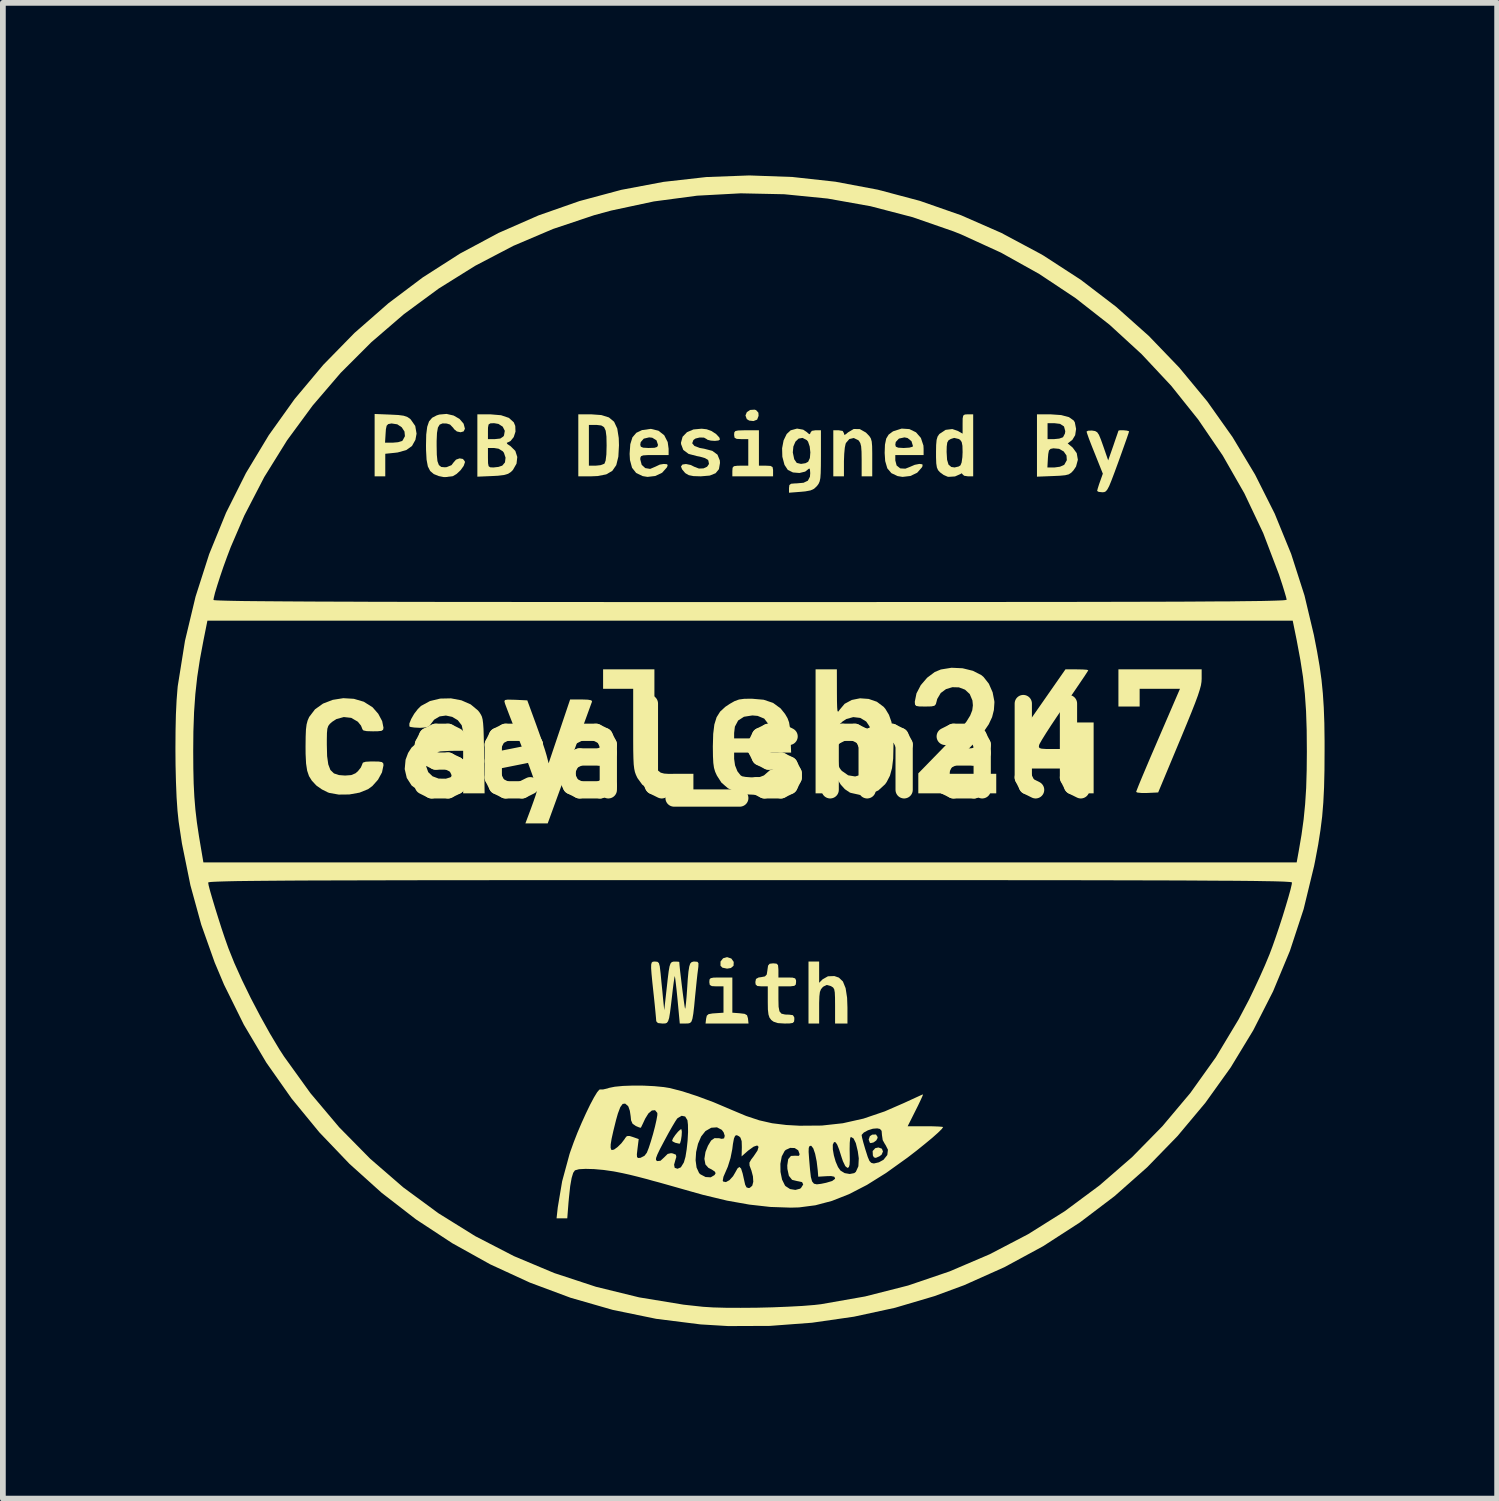
<source format=kicad_pcb>
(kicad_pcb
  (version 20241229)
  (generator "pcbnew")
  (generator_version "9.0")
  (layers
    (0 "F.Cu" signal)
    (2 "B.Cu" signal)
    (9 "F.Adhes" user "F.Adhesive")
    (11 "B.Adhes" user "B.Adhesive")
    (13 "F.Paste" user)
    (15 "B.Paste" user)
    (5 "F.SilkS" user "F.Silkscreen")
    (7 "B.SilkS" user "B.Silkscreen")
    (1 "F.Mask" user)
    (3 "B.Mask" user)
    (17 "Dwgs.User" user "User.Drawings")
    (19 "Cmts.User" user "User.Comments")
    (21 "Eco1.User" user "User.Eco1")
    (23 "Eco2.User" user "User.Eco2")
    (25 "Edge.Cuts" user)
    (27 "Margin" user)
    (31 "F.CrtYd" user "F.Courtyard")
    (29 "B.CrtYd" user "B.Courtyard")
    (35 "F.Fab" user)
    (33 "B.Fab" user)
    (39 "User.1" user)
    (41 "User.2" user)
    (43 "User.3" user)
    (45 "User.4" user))
  (footprint "seal_small"
    (layer "F.Cu")
    (at 9.99 10.003)
    (property "Reference" "seal_small" (at 0 0 0) (layer "F.SilkS") (effects (font (size 1.5 1.5) (thickness 0.3))))
    (attr board_only exclude_from_pos_files exclude_from_bom)
    (fp_poly (pts (xy -0.326 3.611) (xy -0.284 3.67) (xy -0.287 3.737) (xy -0.333 3.776) (xy -0.4 3.787) (xy -0.481 3.77) (xy -0.514 3.737) (xy -0.514 3.664) (xy -0.469 3.607) (xy -0.4 3.587)) (stroke (width 0) (type solid)) (fill yes) (layer "F.SilkS"))
    (fp_poly (pts (xy 2.216 6.712) (xy 2.217 6.731) (xy 2.194 6.774) (xy 2.145 6.809) (xy 2.096 6.82) (xy 2.082 6.813) (xy 2.062 6.757) (xy 2.083 6.699) (xy 2.123 6.673) (xy 2.189 6.67)) (stroke (width 0) (type solid)) (fill yes) (layer "F.SilkS"))
    (fp_poly (pts (xy 2.291 6.917) (xy 2.311 6.965) (xy 2.287 7.021) (xy 2.25 7.049) (xy 2.186 7.077) (xy 2.153 7.068) (xy 2.135 7.035) (xy 2.131 6.958) (xy 2.177 6.908) (xy 2.231 6.896)) (stroke (width 0) (type solid)) (fill yes) (layer "F.SilkS"))
    (fp_poly (pts (xy 0.105 -5.923) (xy 0.145 -5.878) (xy 0.148 -5.823) (xy 0.123 -5.758) (xy 0.06 -5.733) (xy 0.059 -5.733) (xy -0.015 -5.741) (xy -0.057 -5.767) (xy -0.08 -5.83) (xy -0.056 -5.888) (xy 0.002 -5.926) (xy 0.078 -5.931)) (stroke (width 0) (type solid)) (fill yes) (layer "F.SilkS"))
    (fp_poly (pts (xy -1.186 6.623) (xy -1.19 6.694) (xy -1.201 6.767) (xy -1.216 6.82) (xy -1.227 6.831) (xy -1.271 6.821) (xy -1.301 6.814) (xy -1.346 6.791) (xy -1.355 6.777) (xy -1.339 6.737) (xy -1.3 6.679) (xy -1.253 6.622) (xy -1.212 6.584) (xy -1.193 6.579)) (stroke (width 0) (type solid)) (fill yes) (layer "F.SilkS"))
    (fp_poly (pts (xy -0.308 4.247) (xy -0.308 4.553) (xy -0.177 4.563) (xy -0.094 4.573) (xy -0.053 4.597) (xy -0.038 4.646) (xy -0.036 4.657) (xy -0.027 4.741) (xy -0.4 4.741) (xy -0.774 4.741) (xy -0.764 4.657) (xy -0.752 4.605) (xy -0.721 4.578) (xy -0.653 4.566) (xy -0.608 4.563) (xy -0.462 4.553) (xy -0.462 4.324) (xy -0.462 4.095) (xy -0.585 4.095) (xy -0.664 4.091) (xy -0.7 4.071) (xy -0.708 4.025) (xy -0.708 4.018) (xy -0.705 3.976) (xy -0.685 3.953) (xy -0.635 3.943) (xy -0.541 3.941) (xy -0.508 3.941) (xy -0.308 3.941)) (stroke (width 0) (type solid)) (fill yes) (layer "F.SilkS"))
    (fp_poly (pts (xy 0.154 -5.265) (xy 0.154 -4.957) (xy 0.277 -4.957) (xy 0.356 -4.953) (xy 0.391 -4.933) (xy 0.4 -4.884) (xy 0.4 -4.864) (xy 0.4 -4.772) (xy 0.046 -4.772) (xy -0.308 -4.772) (xy -0.308 -4.864) (xy -0.304 -4.921) (xy -0.281 -4.948) (xy -0.222 -4.956) (xy -0.169 -4.957) (xy -0.031 -4.957) (xy -0.031 -5.188) (xy -0.031 -5.419) (xy -0.154 -5.419) (xy -0.233 -5.423) (xy -0.269 -5.443) (xy -0.277 -5.489) (xy -0.277 -5.496) (xy -0.274 -5.536) (xy -0.255 -5.559) (xy -0.208 -5.569) (xy -0.119 -5.572) (xy -0.062 -5.573) (xy 0.154 -5.573)) (stroke (width 0) (type solid)) (fill yes) (layer "F.SilkS"))
    (fp_poly (pts (xy 7.851 -1.252) (xy 7.848 -1.198) (xy 7.838 -1.136) (xy 7.817 -1.059) (xy 7.785 -0.96) (xy 7.738 -0.833) (xy 7.674 -0.67) (xy 7.59 -0.464) (xy 7.485 -0.21) (xy 7.473 -0.182) (xy 7.095 0.724) (xy 6.903 0.733) (xy 6.804 0.733) (xy 6.735 0.726) (xy 6.712 0.715) (xy 6.724 0.681) (xy 6.757 0.597) (xy 6.809 0.471) (xy 6.877 0.31) (xy 6.957 0.121) (xy 7.048 -0.09) (xy 7.093 -0.195) (xy 7.474 -1.078) (xy 7.124 -1.078) (xy 6.773 -1.078) (xy 6.773 -0.924) (xy 6.773 -0.77) (xy 6.589 -0.77) (xy 6.404 -0.77) (xy 6.404 -1.093) (xy 6.404 -1.416) (xy 7.127 -1.416) (xy 7.851 -1.416)) (stroke (width 0) (type solid)) (fill yes) (layer "F.SilkS"))
    (fp_poly (pts (xy -2.763 -5.85) (xy -2.585 -5.837) (xy -2.454 -5.796) (xy -2.364 -5.721) (xy -2.309 -5.603) (xy -2.283 -5.438) (xy -2.279 -5.311) (xy -2.29 -5.113) (xy -2.326 -4.967) (xy -2.395 -4.867) (xy -2.5 -4.806) (xy -2.649 -4.777) (xy -2.763 -4.772) (xy -2.986 -4.772) (xy -2.986 -5.311) (xy -2.802 -5.311) (xy -2.802 -4.957) (xy -2.685 -4.957) (xy -2.599 -4.966) (xy -2.537 -4.989) (xy -2.531 -4.994) (xy -2.511 -5.046) (xy -2.498 -5.153) (xy -2.494 -5.306) (xy -2.494 -5.311) (xy -2.497 -5.464) (xy -2.51 -5.565) (xy -2.538 -5.626) (xy -2.586 -5.656) (xy -2.661 -5.665) (xy -2.685 -5.665) (xy -2.802 -5.665) (xy -2.802 -5.311) (xy -2.986 -5.311) (xy -2.986 -5.85)) (stroke (width 0) (type solid)) (fill yes) (layer "F.SilkS"))
    (fp_poly (pts (xy 1.201 3.848) (xy 1.201 4.033) (xy 1.262 3.972) (xy 1.354 3.92) (xy 1.466 3.916) (xy 1.544 3.943) (xy 1.614 4.01) (xy 1.661 4.126) (xy 1.687 4.293) (xy 1.693 4.463) (xy 1.693 4.741) (xy 1.586 4.741) (xy 1.478 4.741) (xy 1.478 4.433) (xy 1.477 4.292) (xy 1.473 4.201) (xy 1.463 4.146) (xy 1.444 4.115) (xy 1.413 4.095) (xy 1.401 4.089) (xy 1.333 4.071) (xy 1.278 4.097) (xy 1.262 4.11) (xy 1.233 4.145) (xy 1.214 4.193) (xy 1.205 4.268) (xy 1.201 4.385) (xy 1.201 4.454) (xy 1.201 4.741) (xy 1.108 4.741) (xy 1.016 4.741) (xy 1.016 4.203) (xy 1.016 3.664) (xy 1.108 3.664) (xy 1.201 3.664)) (stroke (width 0) (type solid)) (fill yes) (layer "F.SilkS"))
    (fp_poly (pts (xy -6.252 -5.845) (xy -6.115 -5.838) (xy -6.024 -5.826) (xy -5.962 -5.806) (xy -5.915 -5.775) (xy -5.9 -5.761) (xy -5.821 -5.648) (xy -5.798 -5.514) (xy -5.818 -5.406) (xy -5.878 -5.299) (xy -5.978 -5.228) (xy -6.126 -5.187) (xy -6.176 -5.181) (xy -6.342 -5.164) (xy -6.342 -4.968) (xy -6.342 -4.772) (xy -6.435 -4.772) (xy -6.527 -4.772) (xy -6.527 -5.314) (xy -6.527 -5.357) (xy -6.346 -5.357) (xy -6.212 -5.357) (xy -6.12 -5.365) (xy -6.053 -5.385) (xy -6.041 -5.394) (xy -6 -5.47) (xy -6.008 -5.551) (xy -6.056 -5.625) (xy -6.133 -5.676) (xy -6.231 -5.691) (xy -6.24 -5.69) (xy -6.291 -5.68) (xy -6.318 -5.652) (xy -6.331 -5.591) (xy -6.336 -5.519) (xy -6.346 -5.357) (xy -6.527 -5.357) (xy -6.527 -5.856)) (stroke (width 0) (type solid)) (fill yes) (layer "F.SilkS"))
    (fp_poly (pts (xy -1.663 -0.576) (xy -1.663 -0.305) (xy -1.662 -0.09) (xy -1.657 0.077) (xy -1.647 0.201) (xy -1.627 0.289) (xy -1.597 0.346) (xy -1.553 0.38) (xy -1.493 0.396) (xy -1.415 0.401) (xy -1.315 0.4) (xy -1.276 0.4) (xy -0.985 0.4) (xy -0.985 0.57) (xy -0.985 0.739) (xy -1.302 0.739) (xy -1.457 0.737) (xy -1.568 0.729) (xy -1.653 0.712) (xy -1.727 0.684) (xy -1.756 0.67) (xy -1.874 0.589) (xy -1.956 0.476) (xy -1.963 0.463) (xy -1.985 0.416) (xy -2.002 0.368) (xy -2.014 0.311) (xy -2.023 0.236) (xy -2.028 0.133) (xy -2.031 -0.006) (xy -2.032 -0.19) (xy -2.032 -0.376) (xy -2.032 -1.078) (xy -2.294 -1.078) (xy -2.555 -1.078) (xy -2.555 -1.247) (xy -2.555 -1.416) (xy -2.109 -1.416) (xy -1.663 -1.416)) (stroke (width 0) (type solid)) (fill yes) (layer "F.SilkS"))
    (fp_poly (pts (xy 1.908 -5.593) (xy 2.014 -5.533) (xy 2.034 -5.513) (xy 2.074 -5.471) (xy 2.1 -5.43) (xy 2.115 -5.377) (xy 2.122 -5.297) (xy 2.124 -5.177) (xy 2.124 -5.098) (xy 2.124 -4.772) (xy 2.032 -4.772) (xy 1.94 -4.772) (xy 1.94 -5.06) (xy 1.938 -5.2) (xy 1.931 -5.293) (xy 1.916 -5.351) (xy 1.892 -5.39) (xy 1.88 -5.401) (xy 1.803 -5.438) (xy 1.726 -5.42) (xy 1.668 -5.353) (xy 1.661 -5.337) (xy 1.647 -5.27) (xy 1.637 -5.163) (xy 1.632 -5.037) (xy 1.632 -5.016) (xy 1.632 -4.772) (xy 1.539 -4.772) (xy 1.447 -4.772) (xy 1.447 -5.172) (xy 1.447 -5.573) (xy 1.539 -5.573) (xy 1.61 -5.561) (xy 1.632 -5.522) (xy 1.632 -5.521) (xy 1.638 -5.492) (xy 1.666 -5.504) (xy 1.703 -5.536) (xy 1.802 -5.595)) (stroke (width 0) (type solid)) (fill yes) (layer "F.SilkS"))
    (fp_poly (pts (xy 5.783 -1.414) (xy 5.855 -1.409) (xy 5.88 -1.401) (xy 5.864 -1.373) (xy 5.817 -1.301) (xy 5.744 -1.193) (xy 5.651 -1.056) (xy 5.541 -0.896) (xy 5.46 -0.778) (xy 5.341 -0.604) (xy 5.234 -0.444) (xy 5.144 -0.305) (xy 5.076 -0.195) (xy 5.035 -0.123) (xy 5.025 -0.1) (xy 5.021 -0.068) (xy 5.032 -0.048) (xy 5.069 -0.037) (xy 5.143 -0.032) (xy 5.264 -0.031) (xy 5.307 -0.031) (xy 5.603 -0.031) (xy 5.603 -0.262) (xy 5.603 -0.493) (xy 5.788 -0.493) (xy 5.973 -0.493) (xy 5.973 0.123) (xy 5.973 0.739) (xy 5.788 0.739) (xy 5.603 0.739) (xy 5.603 0.523) (xy 5.603 0.308) (xy 5.126 0.308) (xy 4.649 0.308) (xy 4.649 0.044) (xy 4.649 -0.22) (xy 5.066 -0.818) (xy 5.483 -1.416) (xy 5.682 -1.416)) (stroke (width 0) (type solid)) (fill yes) (layer "F.SilkS"))
    (fp_poly (pts (xy 6.488 -5.573) (xy 6.55 -5.567) (xy 6.587 -5.556) (xy 6.589 -5.553) (xy 6.579 -5.519) (xy 6.551 -5.437) (xy 6.508 -5.316) (xy 6.455 -5.167) (xy 6.4 -5.014) (xy 6.332 -4.829) (xy 6.281 -4.695) (xy 6.243 -4.602) (xy 6.212 -4.544) (xy 6.186 -4.512) (xy 6.159 -4.498) (xy 6.128 -4.495) (xy 6.123 -4.495) (xy 6.059 -4.502) (xy 6.034 -4.518) (xy 6.044 -4.559) (xy 6.068 -4.635) (xy 6.084 -4.68) (xy 6.133 -4.818) (xy 5.992 -5.171) (xy 5.937 -5.308) (xy 5.892 -5.425) (xy 5.862 -5.51) (xy 5.85 -5.549) (xy 5.85 -5.55) (xy 5.876 -5.565) (xy 5.941 -5.568) (xy 5.95 -5.567) (xy 5.999 -5.559) (xy 6.035 -5.538) (xy 6.065 -5.494) (xy 6.099 -5.412) (xy 6.138 -5.303) (xy 6.226 -5.049) (xy 6.315 -5.303) (xy 6.354 -5.418) (xy 6.385 -5.507) (xy 6.402 -5.558) (xy 6.403 -5.565) (xy 6.43 -5.573)) (stroke (width 0) (type solid)) (fill yes) (layer "F.SilkS"))
    (fp_poly (pts (xy -2.819 -0.889) (xy -2.76 -0.878) (xy -2.747 -0.857) (xy -2.748 -0.854) (xy -2.762 -0.817) (xy -2.794 -0.729) (xy -2.842 -0.597) (xy -2.904 -0.427) (xy -2.977 -0.227) (xy -3.059 -0.002) (xy -3.14 0.223) (xy -3.518 1.262) (xy -3.712 1.262) (xy -3.906 1.262) (xy -3.811 1.008) (xy -3.767 0.886) (xy -3.73 0.78) (xy -3.708 0.707) (xy -3.704 0.693) (xy -3.711 0.648) (xy -3.739 0.554) (xy -3.784 0.422) (xy -3.843 0.257) (xy -3.913 0.071) (xy -3.967 -0.065) (xy -4.044 -0.263) (xy -4.116 -0.444) (xy -4.177 -0.6) (xy -4.224 -0.723) (xy -4.254 -0.803) (xy -4.263 -0.829) (xy -4.271 -0.864) (xy -4.259 -0.883) (xy -4.213 -0.89) (xy -4.122 -0.888) (xy -4.079 -0.887) (xy -3.873 -0.877) (xy -3.721 -0.462) (xy -3.663 -0.3) (xy -3.61 -0.148) (xy -3.567 -0.019) (xy -3.54 0.071) (xy -3.536 0.085) (xy -3.502 0.217) (xy -3.315 -0.338) (xy -3.128 -0.893) (xy -2.931 -0.893)) (stroke (width 0) (type solid)) (fill yes) (layer "F.SilkS"))
    (fp_poly (pts (xy 2.77 -5.593) (xy 2.885 -5.537) (xy 2.97 -5.439) (xy 3.014 -5.307) (xy 3.017 -5.251) (xy 3.017 -5.142) (xy 2.771 -5.142) (xy 2.525 -5.142) (xy 2.525 -5.049) (xy 2.548 -4.96) (xy 2.611 -4.91) (xy 2.7 -4.905) (xy 2.777 -4.935) (xy 2.863 -4.972) (xy 2.944 -4.988) (xy 2.944 -4.988) (xy 2.996 -4.981) (xy 2.999 -4.951) (xy 2.986 -4.926) (xy 2.905 -4.834) (xy 2.787 -4.778) (xy 2.651 -4.762) (xy 2.565 -4.776) (xy 2.457 -4.827) (xy 2.386 -4.911) (xy 2.349 -5.038) (xy 2.34 -5.179) (xy 2.345 -5.32) (xy 2.525 -5.32) (xy 2.535 -5.287) (xy 2.576 -5.27) (xy 2.661 -5.265) (xy 2.679 -5.265) (xy 2.77 -5.271) (xy 2.824 -5.286) (xy 2.832 -5.298) (xy 2.806 -5.383) (xy 2.738 -5.438) (xy 2.684 -5.449) (xy 2.588 -5.428) (xy 2.533 -5.369) (xy 2.525 -5.32) (xy 2.345 -5.32) (xy 2.346 -5.327) (xy 2.367 -5.428) (xy 2.409 -5.497) (xy 2.478 -5.549) (xy 2.493 -5.557) (xy 2.636 -5.602)) (stroke (width 0) (type solid)) (fill yes) (layer "F.SilkS"))
    (fp_poly (pts (xy -1.593 -5.565) (xy -1.493 -5.487) (xy -1.432 -5.368) (xy -1.416 -5.251) (xy -1.416 -5.142) (xy -1.663 -5.142) (xy -1.785 -5.141) (xy -1.858 -5.136) (xy -1.895 -5.122) (xy -1.907 -5.097) (xy -1.909 -5.067) (xy -1.884 -4.972) (xy -1.822 -4.915) (xy -1.737 -4.901) (xy -1.645 -4.94) (xy -1.569 -4.976) (xy -1.5 -4.987) (xy -1.441 -4.982) (xy -1.433 -4.958) (xy -1.447 -4.926) (xy -1.529 -4.834) (xy -1.647 -4.778) (xy -1.783 -4.762) (xy -1.868 -4.776) (xy -1.98 -4.83) (xy -2.052 -4.921) (xy -2.088 -5.055) (xy -2.094 -5.163) (xy -2.083 -5.32) (xy -1.909 -5.32) (xy -1.899 -5.287) (xy -1.858 -5.27) (xy -1.773 -5.265) (xy -1.755 -5.265) (xy -1.662 -5.268) (xy -1.615 -5.283) (xy -1.601 -5.314) (xy -1.601 -5.32) (xy -1.627 -5.398) (xy -1.7 -5.443) (xy -1.755 -5.449) (xy -1.848 -5.427) (xy -1.901 -5.367) (xy -1.909 -5.32) (xy -2.083 -5.32) (xy -2.082 -5.331) (xy -2.045 -5.45) (xy -1.977 -5.529) (xy -1.878 -5.576) (xy -1.724 -5.597)) (stroke (width 0) (type solid)) (fill yes) (layer "F.SilkS"))
    (fp_poly (pts (xy 0.46 3.7) (xy 0.486 3.726) (xy 0.492 3.793) (xy 0.493 3.818) (xy 0.493 3.941) (xy 0.647 3.941) (xy 0.738 3.943) (xy 0.783 3.956) (xy 0.799 3.987) (xy 0.8 4.018) (xy 0.795 4.063) (xy 0.77 4.086) (xy 0.708 4.094) (xy 0.647 4.095) (xy 0.493 4.095) (xy 0.493 4.322) (xy 0.496 4.45) (xy 0.511 4.529) (xy 0.546 4.57) (xy 0.61 4.585) (xy 0.68 4.587) (xy 0.745 4.596) (xy 0.768 4.633) (xy 0.77 4.664) (xy 0.765 4.708) (xy 0.742 4.731) (xy 0.685 4.74) (xy 0.6 4.741) (xy 0.484 4.734) (xy 0.408 4.709) (xy 0.369 4.68) (xy 0.338 4.639) (xy 0.32 4.584) (xy 0.31 4.499) (xy 0.308 4.368) (xy 0.308 4.356) (xy 0.308 4.095) (xy 0.2 4.095) (xy 0.127 4.089) (xy 0.097 4.063) (xy 0.092 4.02) (xy 0.103 3.966) (xy 0.148 3.941) (xy 0.192 3.935) (xy 0.259 3.922) (xy 0.29 3.889) (xy 0.302 3.814) (xy 0.302 3.81) (xy 0.313 3.734) (xy 0.34 3.702) (xy 0.399 3.695) (xy 0.402 3.695)) (stroke (width 0) (type solid)) (fill yes) (layer "F.SilkS"))
    (fp_poly (pts (xy -5.154 -5.829) (xy -5.051 -5.77) (xy -4.98 -5.687) (xy -4.957 -5.599) (xy -4.98 -5.553) (xy -5.033 -5.538) (xy -5.097 -5.552) (xy -5.148 -5.594) (xy -5.157 -5.611) (xy -5.216 -5.672) (xy -5.274 -5.69) (xy -5.346 -5.692) (xy -5.396 -5.671) (xy -5.427 -5.619) (xy -5.443 -5.526) (xy -5.449 -5.385) (xy -5.449 -5.311) (xy -5.446 -5.147) (xy -5.435 -5.036) (xy -5.41 -4.968) (xy -5.369 -4.935) (xy -5.307 -4.929) (xy -5.274 -4.932) (xy -5.191 -4.966) (xy -5.157 -5.011) (xy -5.112 -5.062) (xy -5.05 -5.084) (xy -4.992 -5.074) (xy -4.959 -5.032) (xy -4.957 -5.016) (xy -4.979 -4.953) (xy -5.033 -4.878) (xy -5.102 -4.813) (xy -5.166 -4.775) (xy -5.183 -4.772) (xy -5.253 -4.764) (xy -5.27 -4.76) (xy -5.326 -4.759) (xy -5.406 -4.775) (xy -5.409 -4.775) (xy -5.498 -4.811) (xy -5.561 -4.864) (xy -5.602 -4.944) (xy -5.624 -5.062) (xy -5.633 -5.227) (xy -5.634 -5.311) (xy -5.63 -5.498) (xy -5.613 -5.633) (xy -5.581 -5.727) (xy -5.527 -5.79) (xy -5.449 -5.831) (xy -5.402 -5.846) (xy -5.276 -5.857)) (stroke (width 0) (type solid)) (fill yes) (layer "F.SilkS"))
    (fp_poly (pts (xy -0.754 -5.59) (xy -0.669 -5.559) (xy -0.589 -5.506) (xy -0.535 -5.448) (xy -0.523 -5.413) (xy -0.549 -5.395) (xy -0.611 -5.388) (xy -0.682 -5.393) (xy -0.739 -5.407) (xy -0.754 -5.419) (xy -0.801 -5.445) (xy -0.876 -5.447) (xy -0.949 -5.429) (xy -0.985 -5.403) (xy -1.006 -5.347) (xy -0.967 -5.3) (xy -0.874 -5.265) (xy -0.799 -5.252) (xy -0.657 -5.215) (xy -0.567 -5.149) (xy -0.526 -5.049) (xy -0.523 -5.004) (xy -0.541 -4.897) (xy -0.599 -4.826) (xy -0.701 -4.785) (xy -0.855 -4.772) (xy -0.862 -4.772) (xy -0.985 -4.776) (xy -1.065 -4.792) (xy -1.121 -4.824) (xy -1.133 -4.835) (xy -1.182 -4.894) (xy -1.201 -4.943) (xy -1.176 -4.977) (xy -1.114 -4.986) (xy -1.035 -4.97) (xy -0.969 -4.938) (xy -0.889 -4.907) (xy -0.81 -4.91) (xy -0.747 -4.939) (xy -0.714 -4.987) (xy -0.725 -5.046) (xy -0.736 -5.061) (xy -0.785 -5.089) (xy -0.872 -5.114) (xy -0.925 -5.124) (xy -1.069 -5.162) (xy -1.161 -5.231) (xy -1.199 -5.331) (xy -1.201 -5.357) (xy -1.173 -5.46) (xy -1.097 -5.539) (xy -0.984 -5.587) (xy -0.842 -5.6)) (stroke (width 0) (type solid)) (fill yes) (layer "F.SilkS"))
    (fp_poly (pts (xy 3.879 -5.311) (xy 3.879 -4.772) (xy 3.787 -4.772) (xy 3.722 -4.782) (xy 3.695 -4.806) (xy 3.695 -4.807) (xy 3.679 -4.825) (xy 3.656 -4.811) (xy 3.563 -4.77) (xy 3.453 -4.763) (xy 3.433 -4.766) (xy 3.365 -4.796) (xy 3.302 -4.842) (xy 3.268 -4.88) (xy 3.248 -4.926) (xy 3.237 -4.997) (xy 3.233 -5.106) (xy 3.233 -5.178) (xy 3.233 -5.195) (xy 3.417 -5.195) (xy 3.425 -5.06) (xy 3.45 -4.976) (xy 3.498 -4.935) (xy 3.556 -4.926) (xy 3.627 -4.943) (xy 3.658 -4.963) (xy 3.678 -5.013) (xy 3.691 -5.105) (xy 3.695 -5.193) (xy 3.692 -5.303) (xy 3.679 -5.368) (xy 3.653 -5.405) (xy 3.629 -5.421) (xy 3.549 -5.44) (xy 3.491 -5.422) (xy 3.45 -5.398) (xy 3.428 -5.359) (xy 3.419 -5.29) (xy 3.417 -5.195) (xy 3.233 -5.195) (xy 3.235 -5.315) (xy 3.243 -5.405) (xy 3.26 -5.463) (xy 3.288 -5.504) (xy 3.294 -5.51) (xy 3.4 -5.58) (xy 3.516 -5.594) (xy 3.608 -5.563) (xy 3.695 -5.514) (xy 3.695 -5.682) (xy 3.696 -5.778) (xy 3.706 -5.828) (xy 3.734 -5.847) (xy 3.787 -5.85) (xy 3.879 -5.85)) (stroke (width 0) (type solid)) (fill yes) (layer "F.SilkS"))
    (fp_poly (pts (xy 5.408 -5.837) (xy 5.544 -5.801) (xy 5.627 -5.742) (xy 5.646 -5.71) (xy 5.668 -5.596) (xy 5.652 -5.487) (xy 5.603 -5.406) (xy 5.593 -5.398) (xy 5.522 -5.344) (xy 5.609 -5.271) (xy 5.679 -5.175) (xy 5.699 -5.06) (xy 5.667 -4.942) (xy 5.621 -4.874) (xy 5.582 -4.833) (xy 5.539 -4.806) (xy 5.478 -4.791) (xy 5.383 -4.782) (xy 5.267 -4.777) (xy 4.988 -4.766) (xy 4.988 -4.926) (xy 5.169 -4.926) (xy 5.292 -4.926) (xy 5.388 -4.939) (xy 5.458 -4.97) (xy 5.463 -4.974) (xy 5.507 -5.053) (xy 5.501 -5.134) (xy 5.453 -5.204) (xy 5.373 -5.25) (xy 5.274 -5.259) (xy 5.224 -5.249) (xy 5.196 -5.221) (xy 5.184 -5.16) (xy 5.178 -5.088) (xy 5.169 -4.926) (xy 4.988 -4.926) (xy 4.988 -5.308) (xy 4.988 -5.557) (xy 5.172 -5.557) (xy 5.172 -5.419) (xy 5.289 -5.419) (xy 5.376 -5.428) (xy 5.437 -5.45) (xy 5.443 -5.456) (xy 5.474 -5.516) (xy 5.48 -5.557) (xy 5.458 -5.639) (xy 5.389 -5.684) (xy 5.289 -5.696) (xy 5.172 -5.696) (xy 5.172 -5.557) (xy 4.988 -5.557) (xy 4.988 -5.85) (xy 5.22 -5.85)) (stroke (width 0) (type solid)) (fill yes) (layer "F.SilkS"))
    (fp_poly (pts (xy 3.695 -1.435) (xy 3.874 -1.391) (xy 4.021 -1.316) (xy 4.059 -1.284) (xy 4.151 -1.167) (xy 4.217 -1.017) (xy 4.247 -0.862) (xy 4.248 -0.84) (xy 4.239 -0.709) (xy 4.208 -0.586) (xy 4.149 -0.46) (xy 4.057 -0.325) (xy 3.928 -0.169) (xy 3.754 0.014) (xy 3.746 0.023) (xy 3.376 0.4) (xy 3.828 0.4) (xy 4.28 0.4) (xy 4.28 0.57) (xy 4.28 0.739) (xy 3.602 0.739) (xy 2.925 0.739) (xy 2.925 0.565) (xy 2.925 0.392) (xy 3.352 -0.046) (xy 3.529 -0.232) (xy 3.664 -0.384) (xy 3.762 -0.508) (xy 3.827 -0.613) (xy 3.863 -0.705) (xy 3.874 -0.791) (xy 3.866 -0.875) (xy 3.819 -0.987) (xy 3.737 -1.063) (xy 3.631 -1.103) (xy 3.517 -1.106) (xy 3.407 -1.073) (xy 3.315 -1.005) (xy 3.254 -0.902) (xy 3.244 -0.863) (xy 3.23 -0.811) (xy 3.205 -0.783) (xy 3.153 -0.772) (xy 3.056 -0.77) (xy 3.044 -0.77) (xy 2.943 -0.771) (xy 2.889 -0.78) (xy 2.868 -0.803) (xy 2.864 -0.848) (xy 2.864 -0.854) (xy 2.893 -0.998) (xy 2.968 -1.142) (xy 3.079 -1.271) (xy 3.211 -1.37) (xy 3.317 -1.414) (xy 3.503 -1.444)) (stroke (width 0) (type solid)) (fill yes) (layer "F.SilkS"))
    (fp_poly (pts (xy -4.518 -5.85) (xy -4.329 -5.834) (xy -4.193 -5.788) (xy -4.108 -5.711) (xy -4.082 -5.648) (xy -4.078 -5.549) (xy -4.109 -5.454) (xy -4.164 -5.386) (xy -4.194 -5.37) (xy -4.23 -5.354) (xy -4.221 -5.334) (xy -4.164 -5.296) (xy -4.164 -5.296) (xy -4.081 -5.214) (xy -4.047 -5.108) (xy -4.06 -4.993) (xy -4.122 -4.884) (xy -4.156 -4.849) (xy -4.206 -4.816) (xy -4.277 -4.795) (xy -4.384 -4.782) (xy -4.483 -4.777) (xy -4.741 -4.766) (xy -4.741 -5.095) (xy -4.557 -5.095) (xy -4.555 -4.999) (xy -4.545 -4.948) (xy -4.518 -4.929) (xy -4.465 -4.926) (xy -4.462 -4.926) (xy -4.373 -4.936) (xy -4.308 -4.958) (xy -4.261 -5.014) (xy -4.251 -5.096) (xy -4.279 -5.181) (xy -4.3 -5.208) (xy -4.372 -5.252) (xy -4.454 -5.265) (xy -4.557 -5.265) (xy -4.557 -5.095) (xy -4.741 -5.095) (xy -4.741 -5.308) (xy -4.741 -5.557) (xy -4.557 -5.557) (xy -4.557 -5.419) (xy -4.435 -5.419) (xy -4.342 -5.429) (xy -4.29 -5.464) (xy -4.278 -5.482) (xy -4.264 -5.563) (xy -4.3 -5.635) (xy -4.374 -5.683) (xy -4.45 -5.696) (xy -4.515 -5.693) (xy -4.546 -5.673) (xy -4.556 -5.619) (xy -4.557 -5.557) (xy -4.741 -5.557) (xy -4.741 -5.85)) (stroke (width 0) (type solid)) (fill yes) (layer "F.SilkS"))
    (fp_poly (pts (xy 0.924 -5.583) (xy 0.985 -5.542) (xy 1.029 -5.504) (xy 1.046 -5.513) (xy 1.047 -5.526) (xy 1.074 -5.563) (xy 1.139 -5.573) (xy 1.232 -5.573) (xy 1.232 -5.128) (xy 1.231 -4.953) (xy 1.228 -4.827) (xy 1.222 -4.742) (xy 1.21 -4.684) (xy 1.192 -4.643) (xy 1.166 -4.607) (xy 1.161 -4.601) (xy 1.112 -4.555) (xy 1.051 -4.527) (xy 0.959 -4.51) (xy 0.884 -4.503) (xy 0.677 -4.487) (xy 0.677 -4.568) (xy 0.683 -4.62) (xy 0.713 -4.643) (xy 0.783 -4.649) (xy 0.803 -4.649) (xy 0.929 -4.66) (xy 1.005 -4.696) (xy 1.041 -4.765) (xy 1.046 -4.827) (xy 1.041 -4.891) (xy 1.028 -4.91) (xy 1.023 -4.905) (xy 0.958 -4.854) (xy 0.859 -4.83) (xy 0.749 -4.839) (xy 0.744 -4.84) (xy 0.656 -4.884) (xy 0.6 -4.969) (xy 0.598 -4.973) (xy 0.561 -5.113) (xy 0.559 -5.187) (xy 0.743 -5.187) (xy 0.767 -5.073) (xy 0.769 -5.067) (xy 0.812 -5.005) (xy 0.886 -4.988) (xy 0.963 -5) (xy 1.01 -5.025) (xy 1.04 -5.09) (xy 1.048 -5.187) (xy 1.037 -5.29) (xy 1.008 -5.375) (xy 0.987 -5.401) (xy 0.913 -5.44) (xy 0.844 -5.428) (xy 0.789 -5.375) (xy 0.753 -5.291) (xy 0.743 -5.187) (xy 0.559 -5.187) (xy 0.557 -5.26) (xy 0.583 -5.397) (xy 0.637 -5.508) (xy 0.706 -5.572) (xy 0.817 -5.602)) (stroke (width 0) (type solid)) (fill yes) (layer "F.SilkS"))
    (fp_poly (pts (xy 0.236 -0.888) (xy 0.4 -0.833) (xy 0.531 -0.737) (xy 0.608 -0.641) (xy 0.651 -0.568) (xy 0.678 -0.495) (xy 0.693 -0.403) (xy 0.702 -0.272) (xy 0.703 -0.241) (xy 0.714 0.031) (xy 0.219 0.031) (xy -0.277 0.031) (xy -0.277 0.14) (xy -0.261 0.253) (xy -0.22 0.356) (xy -0.164 0.427) (xy -0.137 0.443) (xy -0.078 0.454) (xy 0.015 0.461) (xy 0.066 0.462) (xy 0.171 0.455) (xy 0.241 0.428) (xy 0.29 0.385) (xy 0.344 0.338) (xy 0.409 0.315) (xy 0.508 0.308) (xy 0.533 0.308) (xy 0.705 0.308) (xy 0.673 0.399) (xy 0.615 0.498) (xy 0.518 0.599) (xy 0.402 0.684) (xy 0.287 0.737) (xy 0.287 0.737) (xy 0.1 0.765) (xy -0.094 0.756) (xy -0.229 0.724) (xy -0.385 0.651) (xy -0.498 0.553) (xy -0.577 0.43) (xy -0.607 0.364) (xy -0.627 0.296) (xy -0.639 0.211) (xy -0.645 0.095) (xy -0.647 -0.067) (xy -0.647 -0.079) (xy -0.641 -0.292) (xy -0.639 -0.31) (xy -0.277 -0.31) (xy -0.277 -0.216) (xy 0.031 -0.216) (xy 0.339 -0.216) (xy 0.339 -0.34) (xy 0.315 -0.47) (xy 0.246 -0.56) (xy 0.132 -0.607) (xy 0.04 -0.615) (xy -0.106 -0.592) (xy -0.207 -0.527) (xy -0.264 -0.42) (xy -0.277 -0.31) (xy -0.639 -0.31) (xy -0.621 -0.457) (xy -0.582 -0.583) (xy -0.52 -0.682) (xy -0.43 -0.765) (xy -0.355 -0.815) (xy -0.269 -0.864) (xy -0.192 -0.892) (xy -0.101 -0.904) (xy 0.028 -0.906)) (stroke (width 0) (type solid)) (fill yes) (layer "F.SilkS"))
    (fp_poly (pts (xy 1.51 -1.024) (xy 1.511 -0.864) (xy 1.514 -0.758) (xy 1.519 -0.699) (xy 1.528 -0.679) (xy 1.542 -0.691) (xy 1.555 -0.711) (xy 1.644 -0.817) (xy 1.768 -0.884) (xy 1.912 -0.913) (xy 2.062 -0.902) (xy 2.204 -0.853) (xy 2.323 -0.764) (xy 2.353 -0.728) (xy 2.415 -0.625) (xy 2.458 -0.503) (xy 2.483 -0.348) (xy 2.493 -0.149) (xy 2.493 -0.077) (xy 2.488 0.136) (xy 2.468 0.301) (xy 2.432 0.432) (xy 2.376 0.541) (xy 2.348 0.581) (xy 2.23 0.689) (xy 2.081 0.753) (xy 1.916 0.768) (xy 1.75 0.731) (xy 1.732 0.724) (xy 1.648 0.667) (xy 1.576 0.587) (xy 1.571 0.579) (xy 1.509 0.477) (xy 1.509 0.608) (xy 1.509 0.739) (xy 1.324 0.739) (xy 1.139 0.739) (xy 1.139 -0.082) (xy 1.524 -0.082) (xy 1.525 0.072) (xy 1.529 0.178) (xy 1.538 0.248) (xy 1.555 0.296) (xy 1.582 0.334) (xy 1.597 0.35) (xy 1.706 0.426) (xy 1.827 0.446) (xy 1.95 0.41) (xy 2.029 0.352) (xy 2.068 0.306) (xy 2.093 0.249) (xy 2.108 0.162) (xy 2.118 0.035) (xy 2.123 -0.164) (xy 2.11 -0.313) (xy 2.077 -0.423) (xy 2.023 -0.504) (xy 2.016 -0.511) (xy 1.915 -0.572) (xy 1.794 -0.586) (xy 1.674 -0.553) (xy 1.61 -0.511) (xy 1.573 -0.477) (xy 1.549 -0.442) (xy 1.534 -0.394) (xy 1.527 -0.321) (xy 1.524 -0.208) (xy 1.524 -0.082) (xy 1.139 -0.082) (xy 1.139 -0.339) (xy 1.139 -1.416) (xy 1.324 -1.416) (xy 1.509 -1.416)) (stroke (width 0) (type solid)) (fill yes) (layer "F.SilkS"))
    (fp_poly (pts (xy -6.888 -0.904) (xy -6.715 -0.853) (xy -6.566 -0.759) (xy -6.565 -0.759) (xy -6.464 -0.644) (xy -6.396 -0.516) (xy -6.373 -0.401) (xy -6.38 -0.366) (xy -6.408 -0.347) (xy -6.474 -0.34) (xy -6.558 -0.339) (xy -6.664 -0.342) (xy -6.722 -0.354) (xy -6.742 -0.378) (xy -6.743 -0.386) (xy -6.764 -0.438) (xy -6.815 -0.501) (xy -6.824 -0.509) (xy -6.934 -0.573) (xy -7.063 -0.587) (xy -7.191 -0.552) (xy -7.264 -0.505) (xy -7.306 -0.468) (xy -7.333 -0.432) (xy -7.349 -0.384) (xy -7.356 -0.31) (xy -7.358 -0.196) (xy -7.358 -0.103) (xy -7.353 0.093) (xy -7.333 0.236) (xy -7.296 0.333) (xy -7.234 0.393) (xy -7.146 0.422) (xy -7.041 0.43) (xy -6.934 0.422) (xy -6.86 0.391) (xy -6.818 0.355) (xy -6.767 0.291) (xy -6.743 0.236) (xy -6.743 0.232) (xy -6.73 0.205) (xy -6.682 0.19) (xy -6.589 0.185) (xy -6.558 0.185) (xy -6.455 0.187) (xy -6.4 0.196) (xy -6.377 0.218) (xy -6.373 0.252) (xy -6.399 0.375) (xy -6.468 0.502) (xy -6.567 0.613) (xy -6.641 0.667) (xy -6.789 0.727) (xy -6.967 0.759) (xy -7.151 0.761) (xy -7.315 0.732) (xy -7.342 0.722) (xy -7.444 0.671) (xy -7.537 0.606) (xy -7.548 0.595) (xy -7.618 0.52) (xy -7.668 0.44) (xy -7.7 0.345) (xy -7.719 0.221) (xy -7.727 0.056) (xy -7.728 -0.075) (xy -7.726 -0.246) (xy -7.721 -0.369) (xy -7.71 -0.458) (xy -7.692 -0.526) (xy -7.665 -0.588) (xy -7.564 -0.721) (xy -7.424 -0.821) (xy -7.255 -0.886) (xy -7.072 -0.915)) (stroke (width 0) (type solid)) (fill yes) (layer "F.SilkS"))
    (fp_poly (pts (xy -5.019 -0.878) (xy -4.857 -0.807) (xy -4.73 -0.701) (xy -4.705 -0.67) (xy -4.682 -0.634) (xy -4.663 -0.596) (xy -4.65 -0.547) (xy -4.641 -0.478) (xy -4.634 -0.38) (xy -4.63 -0.244) (xy -4.626 -0.061) (xy -4.624 0.085) (xy -4.615 0.739) (xy -4.801 0.739) (xy -4.988 0.739) (xy -4.988 0.629) (xy -4.988 0.519) (xy -5.067 0.612) (xy -5.18 0.702) (xy -5.327 0.755) (xy -5.492 0.768) (xy -5.659 0.74) (xy -5.756 0.7) (xy -5.884 0.603) (xy -5.968 0.472) (xy -6.004 0.318) (xy -6 0.274) (xy -5.63 0.274) (xy -5.595 0.371) (xy -5.52 0.443) (xy -5.414 0.483) (xy -5.289 0.485) (xy -5.158 0.445) (xy -5.059 0.371) (xy -5.003 0.259) (xy -4.988 0.122) (xy -4.988 0) (xy -5.211 0.000454) (xy -5.382 0.01) (xy -5.501 0.04) (xy -5.578 0.093) (xy -5.615 0.158) (xy -5.63 0.274) (xy -6 0.274) (xy -5.989 0.155) (xy -5.945 0.037) (xy -5.886 -0.055) (xy -5.813 -0.121) (xy -5.714 -0.166) (xy -5.579 -0.193) (xy -5.396 -0.208) (xy -5.334 -0.211) (xy -4.988 -0.222) (xy -4.988 -0.329) (xy -5.013 -0.444) (xy -5.081 -0.532) (xy -5.178 -0.59) (xy -5.288 -0.613) (xy -5.397 -0.598) (xy -5.493 -0.541) (xy -5.544 -0.474) (xy -5.576 -0.43) (xy -5.625 -0.408) (xy -5.71 -0.401) (xy -5.745 -0.4) (xy -5.839 -0.405) (xy -5.905 -0.415) (xy -5.923 -0.425) (xy -5.923 -0.475) (xy -5.891 -0.554) (xy -5.839 -0.644) (xy -5.775 -0.727) (xy -5.721 -0.78) (xy -5.565 -0.865) (xy -5.387 -0.908) (xy -5.2 -0.912)) (stroke (width 0) (type solid)) (fill yes) (layer "F.SilkS"))
    (fp_poly (pts (xy -0.915 3.668) (xy -0.897 3.693) (xy -0.899 3.755) (xy -0.904 3.795) (xy -0.915 3.88) (xy -0.929 4.008) (xy -0.944 4.158) (xy -0.955 4.264) (xy -0.972 4.444) (xy -0.987 4.572) (xy -1.002 4.657) (xy -1.019 4.707) (xy -1.044 4.732) (xy -1.077 4.74) (xy -1.12 4.741) (xy -1.222 4.741) (xy -1.261 4.324) (xy -1.276 4.173) (xy -1.29 4.048) (xy -1.301 3.959) (xy -1.308 3.918) (xy -1.309 3.916) (xy -1.316 3.949) (xy -1.328 4.029) (xy -1.343 4.144) (xy -1.353 4.233) (xy -1.375 4.42) (xy -1.392 4.554) (xy -1.407 4.645) (xy -1.425 4.7) (xy -1.446 4.729) (xy -1.475 4.74) (xy -1.515 4.741) (xy -1.527 4.741) (xy -1.602 4.733) (xy -1.631 4.702) (xy -1.632 4.687) (xy -1.636 4.638) (xy -1.645 4.54) (xy -1.658 4.408) (xy -1.674 4.254) (xy -1.678 4.218) (xy -1.699 4.022) (xy -1.713 3.878) (xy -1.72 3.779) (xy -1.719 3.717) (xy -1.71 3.682) (xy -1.692 3.667) (xy -1.666 3.664) (xy -1.65 3.664) (xy -1.61 3.668) (xy -1.585 3.691) (xy -1.57 3.746) (xy -1.558 3.846) (xy -1.555 3.872) (xy -1.541 4.02) (xy -1.524 4.187) (xy -1.514 4.295) (xy -1.492 4.51) (xy -1.451 4.141) (xy -1.431 3.961) (xy -1.415 3.833) (xy -1.4 3.748) (xy -1.383 3.698) (xy -1.361 3.673) (xy -1.332 3.665) (xy -1.306 3.664) (xy -1.249 3.666) (xy -1.231 3.671) (xy -1.226 3.73) (xy -1.216 3.829) (xy -1.201 3.954) (xy -1.185 4.091) (xy -1.168 4.226) (xy -1.152 4.345) (xy -1.139 4.435) (xy -1.131 4.481) (xy -1.129 4.484) (xy -1.123 4.461) (xy -1.114 4.388) (xy -1.104 4.276) (xy -1.095 4.15) (xy -1.083 3.967) (xy -1.071 3.837) (xy -1.057 3.75) (xy -1.04 3.698) (xy -1.015 3.673) (xy -0.982 3.664) (xy -0.963 3.664)) (stroke (width 0) (type solid)) (fill yes) (layer "F.SilkS"))
    (fp_poly (pts (xy 0.737 -9.976) (xy 1.483 -9.894) (xy 2.222 -9.755) (xy 2.952 -9.561) (xy 3.668 -9.311) (xy 4.368 -9.004) (xy 5.047 -8.641) (xy 5.104 -8.608) (xy 5.751 -8.188) (xy 6.362 -7.721) (xy 6.933 -7.212) (xy 7.462 -6.662) (xy 7.948 -6.075) (xy 8.388 -5.454) (xy 8.779 -4.803) (xy 9.12 -4.125) (xy 9.407 -3.423) (xy 9.639 -2.7) (xy 9.802 -2.014) (xy 9.858 -1.725) (xy 9.902 -1.469) (xy 9.935 -1.231) (xy 9.958 -0.997) (xy 9.974 -0.752) (xy 9.984 -0.482) (xy 9.988 -0.172) (xy 9.988 0) (xy 9.986 0.342) (xy 9.979 0.638) (xy 9.966 0.9) (xy 9.946 1.143) (xy 9.916 1.381) (xy 9.877 1.63) (xy 9.826 1.902) (xy 9.806 2.002) (xy 9.624 2.752) (xy 9.385 3.479) (xy 9.092 4.183) (xy 8.748 4.859) (xy 8.355 5.506) (xy 7.915 6.12) (xy 7.43 6.699) (xy 6.903 7.241) (xy 6.337 7.742) (xy 5.733 8.2) (xy 5.094 8.613) (xy 4.422 8.977) (xy 3.72 9.291) (xy 3.207 9.48) (xy 2.52 9.683) (xy 1.805 9.838) (xy 1.076 9.943) (xy 0.343 9.998) (xy -0.381 10.001) (xy -0.862 9.972) (xy -1.632 9.875) (xy -2.386 9.72) (xy -3.12 9.509) (xy -3.831 9.244) (xy -4.519 8.927) (xy -5.178 8.56) (xy -5.808 8.146) (xy -6.404 7.685) (xy -6.965 7.18) (xy -7.488 6.633) (xy -7.97 6.046) (xy -8.409 5.422) (xy -8.801 4.761) (xy -9.145 4.066) (xy -9.308 3.679) (xy -9.541 3.023) (xy -9.73 2.336) (xy -9.739 2.291) (xy -9.421 2.291) (xy -9.412 2.343) (xy -9.386 2.442) (xy -9.347 2.576) (xy -9.299 2.736) (xy -9.245 2.909) (xy -9.189 3.085) (xy -9.133 3.252) (xy -9.081 3.399) (xy -9.069 3.433) (xy -8.965 3.692) (xy -8.833 3.985) (xy -8.681 4.297) (xy -8.516 4.612) (xy -8.348 4.914) (xy -8.184 5.188) (xy -8.103 5.313) (xy -7.643 5.952) (xy -7.143 6.545) (xy -6.604 7.092) (xy -6.029 7.59) (xy -5.419 8.039) (xy -4.777 8.438) (xy -4.105 8.785) (xy -3.405 9.079) (xy -2.679 9.318) (xy -1.928 9.502) (xy -1.156 9.629) (xy -0.816 9.666) (xy -0.64 9.677) (xy -0.417 9.683) (xy -0.162 9.684) (xy 0.113 9.682) (xy 0.393 9.675) (xy 0.663 9.664) (xy 0.91 9.651) (xy 1.12 9.634) (xy 1.232 9.621) (xy 2 9.486) (xy 2.747 9.296) (xy 3.47 9.05) (xy 4.167 8.752) (xy 4.835 8.403) (xy 5.471 8.004) (xy 6.073 7.557) (xy 6.64 7.065) (xy 7.167 6.528) (xy 7.654 5.949) (xy 8.097 5.329) (xy 8.493 4.67) (xy 8.675 4.325) (xy 8.765 4.138) (xy 8.861 3.932) (xy 8.95 3.732) (xy 9.022 3.559) (xy 9.032 3.535) (xy 9.083 3.399) (xy 9.14 3.237) (xy 9.2 3.059) (xy 9.259 2.877) (xy 9.313 2.701) (xy 9.36 2.542) (xy 9.396 2.412) (xy 9.417 2.321) (xy 9.421 2.289) (xy 9.413 2.285) (xy 9.389 2.281) (xy 9.346 2.278) (xy 9.282 2.274) (xy 9.196 2.271) (xy 9.085 2.268) (xy 8.949 2.266) (xy 8.784 2.263) (xy 8.59 2.261) (xy 8.364 2.259) (xy 8.104 2.258) (xy 7.808 2.256) (xy 7.475 2.254) (xy 7.103 2.253) (xy 6.69 2.252) (xy 6.234 2.251) (xy 5.732 2.25) (xy 5.184 2.25) (xy 4.587 2.249) (xy 3.94 2.248) (xy 3.24 2.248) (xy 2.486 2.248) (xy 1.676 2.248) (xy 0.808 2.248) (xy 0 2.248) (xy -0.915 2.248) (xy -1.771 2.248) (xy -2.568 2.248) (xy -3.31 2.248) (xy -3.998 2.248) (xy -4.635 2.249) (xy -5.221 2.249) (xy -5.759 2.25) (xy -6.251 2.251) (xy -6.698 2.252) (xy -7.104 2.253) (xy -7.469 2.254) (xy -7.795 2.255) (xy -8.085 2.257) (xy -8.341 2.259) (xy -8.564 2.261) (xy -8.756 2.263) (xy -8.919 2.265) (xy -9.056 2.268) (xy -9.167 2.271) (xy -9.256 2.274) (xy -9.323 2.277) (xy -9.371 2.28) (xy -9.402 2.284) (xy -9.418 2.288) (xy -9.421 2.291) (xy -9.739 2.291) (xy -9.877 1.611) (xy -9.934 1.232) (xy -9.954 1.044) (xy -9.97 0.809) (xy -9.981 0.538) (xy -9.988 0.246) (xy -9.99 0) (xy -9.681 0) (xy -9.679 0.308) (xy -9.673 0.57) (xy -9.661 0.803) (xy -9.643 1.022) (xy -9.617 1.244) (xy -9.581 1.484) (xy -9.555 1.639) (xy -9.504 1.94) (xy -0.001 1.94) (xy 9.503 1.94) (xy 9.538 1.747) (xy 9.587 1.46) (xy 9.624 1.192) (xy 9.65 0.927) (xy 9.668 0.648) (xy 9.677 0.34) (xy 9.68 0.015) (xy 9.677 -0.36) (xy 9.666 -0.69) (xy 9.645 -0.993) (xy 9.613 -1.284) (xy 9.567 -1.58) (xy 9.508 -1.897) (xy 9.503 -1.924) (xy 9.434 -2.263) (xy 0 -2.263) (xy -9.434 -2.263) (xy -9.502 -1.924) (xy -9.564 -1.593) (xy -9.611 -1.286) (xy -9.644 -0.986) (xy -9.666 -0.675) (xy -9.678 -0.336) (xy -9.681 0) (xy -9.99 0) (xy -9.99 -0.055) (xy -9.988 -0.351) (xy -9.982 -0.63) (xy -9.97 -0.878) (xy -9.954 -1.081) (xy -9.95 -1.124) (xy -9.824 -1.912) (xy -9.654 -2.623) (xy -9.329 -2.623) (xy -9.316 -2.619) (xy -9.276 -2.616) (xy -9.208 -2.613) (xy -9.11 -2.61) (xy -8.98 -2.607) (xy -8.816 -2.604) (xy -8.618 -2.602) (xy -8.383 -2.6) (xy -8.11 -2.598) (xy -7.796 -2.596) (xy -7.442 -2.594) (xy -7.044 -2.593) (xy -6.602 -2.591) (xy -6.113 -2.59) (xy -5.576 -2.589) (xy -4.99 -2.588) (xy -4.352 -2.588) (xy -3.662 -2.587) (xy -2.917 -2.587) (xy -2.116 -2.586) (xy -1.257 -2.586) (xy -0.338 -2.586) (xy 0 -2.586) (xy 0.917 -2.586) (xy 1.774 -2.586) (xy 2.573 -2.587) (xy 3.316 -2.587) (xy 4.006 -2.587) (xy 4.643 -2.588) (xy 5.229 -2.588) (xy 5.768 -2.589) (xy 6.259 -2.59) (xy 6.706 -2.591) (xy 7.111 -2.592) (xy 7.474 -2.593) (xy 7.798 -2.595) (xy 8.085 -2.597) (xy 8.337 -2.598) (xy 8.556 -2.601) (xy 8.743 -2.603) (xy 8.9 -2.605) (xy 9.029 -2.608) (xy 9.133 -2.611) (xy 9.212 -2.614) (xy 9.27 -2.617) (xy 9.307 -2.621) (xy 9.326 -2.625) (xy 9.329 -2.627) (xy 9.319 -2.671) (xy 9.293 -2.76) (xy 9.255 -2.883) (xy 9.207 -3.029) (xy 9.195 -3.066) (xy 8.921 -3.785) (xy 8.594 -4.475) (xy 8.217 -5.134) (xy 7.791 -5.759) (xy 7.32 -6.348) (xy 6.805 -6.898) (xy 6.25 -7.407) (xy 5.656 -7.872) (xy 5.027 -8.29) (xy 4.364 -8.66) (xy 3.671 -8.977) (xy 3.541 -9.029) (xy 2.827 -9.277) (xy 2.094 -9.468) (xy 1.349 -9.601) (xy 0.595 -9.676) (xy -0.163 -9.692) (xy -0.921 -9.651) (xy -1.673 -9.551) (xy -2.416 -9.392) (xy -2.71 -9.312) (xy -3.424 -9.073) (xy -4.115 -8.779) (xy -4.779 -8.432) (xy -5.415 -8.035) (xy -6.018 -7.591) (xy -6.586 -7.102) (xy -7.116 -6.572) (xy -7.604 -6.003) (xy -8.049 -5.398) (xy -8.446 -4.759) (xy -8.793 -4.089) (xy -9.029 -3.541) (xy -9.092 -3.375) (xy -9.155 -3.202) (xy -9.213 -3.031) (xy -9.263 -2.876) (xy -9.302 -2.747) (xy -9.324 -2.656) (xy -9.329 -2.623) (xy -9.654 -2.623) (xy -9.641 -2.678) (xy -9.403 -3.421) (xy -9.11 -4.139) (xy -8.764 -4.829) (xy -8.366 -5.489) (xy -7.918 -6.116) (xy -7.421 -6.709) (xy -6.877 -7.265) (xy -6.286 -7.782) (xy -5.689 -8.231) (xy -5.042 -8.645) (xy -4.371 -9.004) (xy -3.678 -9.308) (xy -2.967 -9.557) (xy -2.241 -9.752) (xy -1.505 -9.891) (xy -0.761 -9.975) (xy -0.012 -10.003)) (stroke (width 0) (type solid)) (fill yes) (layer "F.SilkS"))
    (fp_poly (pts (xy -1.849 5.821) (xy -1.666 5.83) (xy -1.5 5.846) (xy -1.395 5.863) (xy -1.175 5.92) (xy -0.917 6.004) (xy -0.635 6.109) (xy -0.345 6.232) (xy -0.324 6.241) (xy -0.069 6.348) (xy 0.16 6.424) (xy 0.384 6.475) (xy 0.628 6.505) (xy 0.862 6.518) (xy 1.247 6.515) (xy 1.612 6.475) (xy 1.972 6.394) (xy 2.34 6.269) (xy 2.675 6.123) (xy 2.803 6.064) (xy 2.908 6.016) (xy 2.98 5.983) (xy 3.007 5.973) (xy 2.999 5.998) (xy 2.968 6.067) (xy 2.92 6.168) (xy 2.879 6.25) (xy 2.74 6.527) (xy 3.048 6.527) (xy 3.177 6.528) (xy 3.28 6.532) (xy 3.342 6.537) (xy 3.356 6.542) (xy 3.332 6.576) (xy 3.267 6.64) (xy 3.168 6.728) (xy 3.041 6.833) (xy 2.896 6.95) (xy 2.739 7.071) (xy 2.725 7.081) (xy 2.365 7.339) (xy 2.032 7.547) (xy 1.72 7.708) (xy 1.423 7.825) (xy 1.136 7.901) (xy 0.851 7.938) (xy 0.708 7.942) (xy 0.352 7.93) (xy -0.013 7.889) (xy -0.401 7.82) (xy -0.821 7.719) (xy -1.031 7.66) (xy -1.33 7.575) (xy -1.578 7.505) (xy -1.698 7.473) (xy -0.475 7.473) (xy -0.468 7.488) (xy -0.42 7.498) (xy -0.358 7.464) (xy -0.296 7.396) (xy -0.26 7.335) (xy -0.218 7.26) (xy -0.185 7.235) (xy -0.156 7.263) (xy -0.129 7.348) (xy -0.106 7.451) (xy -0.085 7.544) (xy -0.061 7.59) (xy -0.027 7.601) (xy -0.005 7.598) (xy 0.038 7.561) (xy 0.056 7.492) (xy 0.05 7.398) (xy 0.023 7.295) (xy 0.017 7.281) (xy -0.009 7.21) (xy -0.01 7.18) (xy 0.527 7.18) (xy 0.529 7.321) (xy 0.556 7.454) (xy 0.607 7.557) (xy 0.617 7.568) (xy 0.695 7.619) (xy 0.788 7.634) (xy 0.869 7.613) (xy 0.887 7.598) (xy 0.924 7.539) (xy 0.904 7.498) (xy 0.83 7.482) (xy 0.821 7.481) (xy 0.731 7.459) (xy 0.675 7.389) (xy 0.649 7.269) (xy 0.647 7.207) (xy 0.663 7.099) (xy 0.711 7.043) (xy 0.791 7.039) (xy 0.794 7.04) (xy 0.85 7.041) (xy 0.862 7.014) (xy 0.847 6.972) (xy 1.018 6.972) (xy 1.026 7.086) (xy 1.028 7.112) (xy 1.043 7.287) (xy 1.057 7.409) (xy 1.078 7.486) (xy 1.111 7.526) (xy 1.161 7.537) (xy 1.235 7.528) (xy 1.322 7.51) (xy 1.427 7.479) (xy 1.475 7.443) (xy 1.478 7.431) (xy 1.463 7.404) (xy 1.409 7.393) (xy 1.332 7.395) (xy 1.185 7.404) (xy 1.177 7.297) (xy 1.158 7.137) (xy 1.131 7.005) (xy 1.099 6.912) (xy 1.065 6.868) (xy 1.056 6.866) (xy 1.032 6.874) (xy 1.02 6.905) (xy 1.018 6.972) (xy 0.847 6.972) (xy 0.837 6.945) (xy 0.776 6.906) (xy 0.698 6.903) (xy 0.621 6.938) (xy 0.601 6.957) (xy 0.551 7.051) (xy 0.527 7.18) (xy -0.01 7.18) (xy -0.011 7.16) (xy 0.019 7.106) (xy 0.062 7.05) (xy 0.129 6.95) (xy 0.148 6.885) (xy 0.124 6.861) (xy 0.062 6.882) (xy -0.034 6.951) (xy -0.042 6.958) (xy -0.147 7.051) (xy -0.143 6.893) (xy -0.144 6.848) (xy 1.438 6.848) (xy 1.439 6.93) (xy 1.457 7.034) (xy 1.488 7.142) (xy 1.529 7.237) (xy 1.572 7.298) (xy 1.645 7.342) (xy 1.733 7.357) (xy 1.811 7.342) (xy 1.839 7.32) (xy 1.883 7.223) (xy 1.89 7.085) (xy 1.873 6.962) (xy 1.839 6.821) (xy 1.799 6.739) (xy 1.752 6.712) (xy 1.751 6.712) (xy 1.74 6.74) (xy 1.733 6.816) (xy 1.731 6.926) (xy 1.732 6.981) (xy 1.734 7.113) (xy 1.73 7.195) (xy 1.718 7.237) (xy 1.697 7.25) (xy 1.693 7.251) (xy 1.656 7.221) (xy 1.614 7.134) (xy 1.591 7.066) (xy 1.548 6.93) (xy 1.515 6.847) (xy 1.488 6.807) (xy 1.463 6.802) (xy 1.459 6.804) (xy 1.438 6.848) (xy -0.144 6.848) (xy -0.146 6.786) (xy -0.167 6.725) (xy -0.191 6.702) (xy -0.227 6.684) (xy 1.94 6.684) (xy 1.948 6.728) (xy 1.97 6.813) (xy 2.002 6.923) (xy 2.009 6.945) (xy 2.046 7.061) (xy 2.075 7.129) (xy 2.105 7.162) (xy 2.142 7.173) (xy 2.159 7.173) (xy 2.24 7.154) (xy 2.32 7.11) (xy 2.386 7.027) (xy 2.397 6.935) (xy 2.353 6.848) (xy 2.347 6.842) (xy 2.306 6.768) (xy 2.293 6.68) (xy 2.287 6.607) (xy 2.258 6.574) (xy 2.211 6.564) (xy 2.135 6.57) (xy 2.05 6.597) (xy 1.978 6.636) (xy 1.941 6.676) (xy 1.94 6.684) (xy -0.227 6.684) (xy -0.231 6.682) (xy -0.259 6.692) (xy -0.28 6.74) (xy -0.298 6.836) (xy -0.309 6.924) (xy -0.34 7.08) (xy -0.387 7.231) (xy -0.417 7.3) (xy -0.463 7.406) (xy -0.475 7.473) (xy -1.698 7.473) (xy -1.782 7.449) (xy -1.951 7.405) (xy -2.093 7.37) (xy -2.214 7.343) (xy -2.324 7.321) (xy -2.371 7.312) (xy -2.544 7.287) (xy -2.712 7.272) (xy -2.86 7.268) (xy -2.974 7.274) (xy -3.042 7.293) (xy -3.044 7.293) (xy -3.075 7.337) (xy -3.102 7.426) (xy -3.127 7.567) (xy -3.148 7.763) (xy -3.157 7.859) (xy -3.178 8.128) (xy -3.271 8.128) (xy -3.364 8.128) (xy -3.343 7.936) (xy -3.267 7.484) (xy -3.166 7.112) (xy -1.636 7.112) (xy -1.62 7.13) (xy -1.614 7.133) (xy -1.557 7.127) (xy -1.492 7.067) (xy -1.432 7.008) (xy -1.374 6.995) (xy -1.343 7) (xy -1.289 7.022) (xy -1.282 7.061) (xy -1.294 7.099) (xy -1.321 7.196) (xy -1.31 7.25) (xy -1.261 7.266) (xy -1.203 7.241) (xy -1.153 7.16) (xy -1.149 7.15) (xy -1.14 7.118) (xy -0.947 7.118) (xy -0.93 7.245) (xy -0.886 7.341) (xy -0.863 7.363) (xy -0.773 7.41) (xy -0.684 7.415) (xy -0.618 7.376) (xy -0.599 7.344) (xy -0.612 7.316) (xy -0.665 7.28) (xy -0.724 7.25) (xy -0.776 7.191) (xy -0.794 7.094) (xy -0.775 6.974) (xy -0.732 6.866) (xy -0.677 6.775) (xy -0.618 6.734) (xy -0.539 6.735) (xy -0.494 6.746) (xy -0.452 6.738) (xy -0.44 6.694) (xy -0.459 6.634) (xy -0.491 6.59) (xy -0.575 6.546) (xy -0.675 6.553) (xy -0.774 6.61) (xy -0.775 6.61) (xy -0.85 6.705) (xy -0.905 6.832) (xy -0.938 6.975) (xy -0.947 7.118) (xy -1.14 7.118) (xy -1.123 7.059) (xy -1.102 6.928) (xy -1.086 6.777) (xy -1.078 6.627) (xy -1.08 6.499) (xy -1.089 6.422) (xy -1.128 6.358) (xy -1.189 6.345) (xy -1.258 6.385) (xy -1.269 6.396) (xy -1.301 6.444) (xy -1.354 6.533) (xy -1.421 6.651) (xy -1.491 6.781) (xy -1.565 6.921) (xy -1.611 7.017) (xy -1.634 7.078) (xy -1.636 7.112) (xy -3.166 7.112) (xy -3.139 7.012) (xy -3.122 6.961) (xy -3.101 6.903) (xy -2.424 6.903) (xy -2.412 6.935) (xy -2.405 6.941) (xy -2.365 6.933) (xy -2.304 6.889) (xy -2.237 6.823) (xy -2.179 6.747) (xy -2.171 6.732) (xy -2.141 6.698) (xy -2.096 6.696) (xy -2.038 6.714) (xy -1.936 6.75) (xy -1.957 6.918) (xy -1.968 7.014) (xy -1.965 7.063) (xy -1.946 7.079) (xy -1.905 7.076) (xy -1.836 7.041) (xy -1.795 6.988) (xy -1.762 6.905) (xy -1.725 6.792) (xy -1.687 6.663) (xy -1.653 6.533) (xy -1.627 6.418) (xy -1.612 6.333) (xy -1.612 6.296) (xy -1.652 6.248) (xy -1.707 6.253) (xy -1.768 6.305) (xy -1.824 6.396) (xy -1.863 6.48) (xy -1.891 6.538) (xy -1.898 6.553) (xy -1.926 6.548) (xy -1.986 6.523) (xy -1.987 6.522) (xy -2.043 6.483) (xy -2.069 6.423) (xy -2.076 6.352) (xy -2.09 6.259) (xy -2.115 6.186) (xy -2.123 6.174) (xy -2.172 6.133) (xy -2.215 6.139) (xy -2.256 6.195) (xy -2.298 6.306) (xy -2.33 6.419) (xy -2.377 6.609) (xy -2.408 6.748) (xy -2.423 6.843) (xy -2.424 6.903) (xy -3.101 6.903) (xy -3.066 6.805) (xy -3 6.636) (xy -2.927 6.465) (xy -2.852 6.3) (xy -2.78 6.151) (xy -2.714 6.027) (xy -2.66 5.938) (xy -2.622 5.892) (xy -2.61 5.888) (xy -2.558 5.888) (xy -2.476 5.869) (xy -2.451 5.86) (xy -2.353 5.84) (xy -2.209 5.826) (xy -2.036 5.82)) (stroke (width 0) (type solid)) (fill yes) (layer "F.SilkS")))
  (gr_rect
    (start -3 -3)
    (end 22.978 23.004)
    (stroke (width 0.1) (type default))
    (fill no)
    (layer "Edge.Cuts")))
</source>
